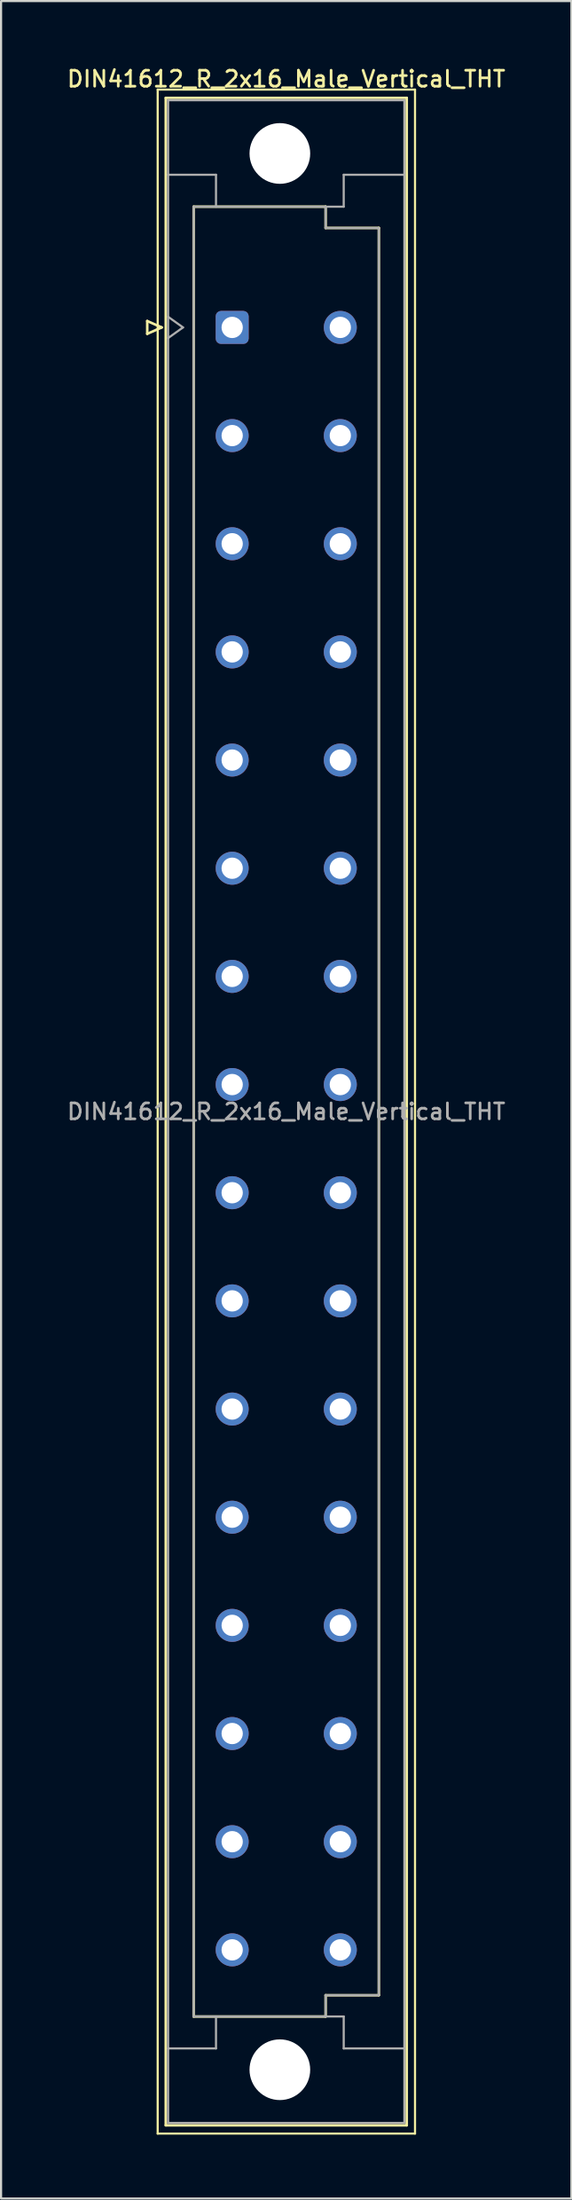
<source format=kicad_pcb>
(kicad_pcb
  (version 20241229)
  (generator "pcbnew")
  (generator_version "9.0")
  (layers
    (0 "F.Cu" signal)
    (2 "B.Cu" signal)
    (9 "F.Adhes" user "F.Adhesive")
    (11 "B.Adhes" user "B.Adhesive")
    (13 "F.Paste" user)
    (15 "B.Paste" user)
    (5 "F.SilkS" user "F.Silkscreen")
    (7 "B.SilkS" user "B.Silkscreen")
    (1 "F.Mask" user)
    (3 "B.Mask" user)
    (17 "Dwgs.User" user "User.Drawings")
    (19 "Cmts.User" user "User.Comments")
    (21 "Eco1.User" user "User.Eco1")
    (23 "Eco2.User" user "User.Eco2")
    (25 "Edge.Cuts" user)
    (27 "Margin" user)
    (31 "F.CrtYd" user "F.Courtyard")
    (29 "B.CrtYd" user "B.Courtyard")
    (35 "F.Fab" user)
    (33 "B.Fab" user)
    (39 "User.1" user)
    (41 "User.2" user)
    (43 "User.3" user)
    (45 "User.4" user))
  (footprint "DIN41612_R_2x16_Male_Vertical_THT"
    (layer "F.Cu")
    (at 7.858 9.788)
    (property "Reference" "DIN41612_R_2x16_Male_Vertical_THT" (at 2.54 -9.13 0) (layer "F.SilkS") (effects (font (size 0.75 0.75) (thickness 0.125))))
    (attr through_hole)
    (fp_line (start -3.99 2.24) (end -3.99 2.84) (stroke (width 0.12) (type solid)) (layer "F.SilkS"))
    (fp_line (start -3.99 2.84) (end -3.31 2.54) (stroke (width 0.12) (type solid)) (layer "F.SilkS"))
    (fp_line (start -3.5 -8.63) (end 8.59 -8.63) (stroke (width 0.1) (type solid)) (layer "F.SilkS"))
    (fp_line (start -3.5 87.37) (end -3.5 -8.63) (stroke (width 0.1) (type solid)) (layer "F.SilkS"))
    (fp_line (start -3.31 2.54) (end -3.99 2.24) (stroke (width 0.12) (type solid)) (layer "F.SilkS"))
    (fp_line (start -3.12 -8.24) (end 8.2 -8.24) (stroke (width 0.12) (type solid)) (layer "F.SilkS"))
    (fp_line (start -3.12 86.98) (end -3.12 -8.24) (stroke (width 0.12) (type solid)) (layer "F.SilkS"))
    (fp_line (start -1.81 -3.131) (end 4.39 -3.131) (stroke (width 0.12) (type solid)) (layer "F.SilkS"))
    (fp_line (start -1.81 81.87) (end -1.81 -3.131) (stroke (width 0.12) (type solid)) (layer "F.SilkS"))
    (fp_line (start 4.39 -3.131) (end 4.39 -2.131) (stroke (width 0.12) (type solid)) (layer "F.SilkS"))
    (fp_line (start 4.39 -2.131) (end 6.89 -2.131) (stroke (width 0.12) (type solid)) (layer "F.SilkS"))
    (fp_line (start 4.39 80.87) (end 4.39 81.87) (stroke (width 0.12) (type solid)) (layer "F.SilkS"))
    (fp_line (start 4.39 81.87) (end -1.81 81.87) (stroke (width 0.12) (type solid)) (layer "F.SilkS"))
    (fp_line (start 6.89 -2.131) (end 6.89 80.87) (stroke (width 0.12) (type solid)) (layer "F.SilkS"))
    (fp_line (start 6.89 80.87) (end 4.39 80.87) (stroke (width 0.12) (type solid)) (layer "F.SilkS"))
    (fp_line (start 8.2 -8.24) (end 8.2 86.98) (stroke (width 0.12) (type solid)) (layer "F.SilkS"))
    (fp_line (start 8.2 86.98) (end -3.12 86.98) (stroke (width 0.12) (type solid)) (layer "F.SilkS"))
    (fp_line (start 8.59 -8.63) (end 8.59 87.37) (stroke (width 0.1) (type solid)) (layer "F.SilkS"))
    (fp_line (start 8.59 87.37) (end -3.5 87.37) (stroke (width 0.1) (type solid)) (layer "F.SilkS"))
    (fp_line (start -3.01 -8.13) (end 8.09 -8.13) (stroke (width 0.1) (type solid)) (layer "F.Fab"))
    (fp_line (start -3.01 -4.63) (end -0.76 -4.63) (stroke (width 0.1) (type solid)) (layer "F.Fab"))
    (fp_line (start -3.01 2.04) (end -2.31 2.54) (stroke (width 0.1) (type solid)) (layer "F.Fab"))
    (fp_line (start -3.01 83.37) (end -0.76 83.37) (stroke (width 0.1) (type solid)) (layer "F.Fab"))
    (fp_line (start -3.01 86.87) (end -3.01 -8.13) (stroke (width 0.1) (type solid)) (layer "F.Fab"))
    (fp_line (start -2.31 2.54) (end -3.01 3.04) (stroke (width 0.1) (type solid)) (layer "F.Fab"))
    (fp_line (start -1.81 -3.13) (end 4.39 -3.13) (stroke (width 0.1) (type solid)) (layer "F.Fab"))
    (fp_line (start -1.81 81.87) (end -1.81 -3.13) (stroke (width 0.1) (type solid)) (layer "F.Fab"))
    (fp_line (start -0.76 -4.63) (end -0.76 -3.13) (stroke (width 0.1) (type solid)) (layer "F.Fab"))
    (fp_line (start -0.76 83.37) (end -0.76 81.87) (stroke (width 0.1) (type solid)) (layer "F.Fab"))
    (fp_line (start 4.39 -3.13) (end 4.39 -2.13) (stroke (width 0.1) (type solid)) (layer "F.Fab"))
    (fp_line (start 4.39 -3.13) (end 5.24 -3.13) (stroke (width 0.1) (type solid)) (layer "F.Fab"))
    (fp_line (start 4.39 -2.13) (end 6.89 -2.13) (stroke (width 0.1) (type solid)) (layer "F.Fab"))
    (fp_line (start 4.39 80.87) (end 4.39 81.87) (stroke (width 0.1) (type solid)) (layer "F.Fab"))
    (fp_line (start 4.39 81.87) (end -1.81 81.87) (stroke (width 0.1) (type solid)) (layer "F.Fab"))
    (fp_line (start 4.39 81.87) (end 5.24 81.87) (stroke (width 0.1) (type solid)) (layer "F.Fab"))
    (fp_line (start 5.24 -4.63) (end 8.09 -4.63) (stroke (width 0.1) (type solid)) (layer "F.Fab"))
    (fp_line (start 5.24 -3.13) (end 5.24 -4.63) (stroke (width 0.1) (type solid)) (layer "F.Fab"))
    (fp_line (start 5.24 81.87) (end 5.24 83.37) (stroke (width 0.1) (type solid)) (layer "F.Fab"))
    (fp_line (start 5.24 83.37) (end 8.09 83.37) (stroke (width 0.1) (type solid)) (layer "F.Fab"))
    (fp_line (start 6.89 -2.13) (end 6.89 80.87) (stroke (width 0.1) (type solid)) (layer "F.Fab"))
    (fp_line (start 6.89 80.87) (end 4.39 80.87) (stroke (width 0.1) (type solid)) (layer "F.Fab"))
    (fp_line (start 8.09 -8.13) (end 8.09 86.87) (stroke (width 0.1) (type solid)) (layer "F.Fab"))
    (fp_line (start 8.09 86.87) (end -3.01 86.87) (stroke (width 0.1) (type solid)) (layer "F.Fab"))
    (fp_text user "${REFERENCE}" (at 2.54 39.37 0) (layer "F.Fab") (effects (font (size 0.75 0.75) (thickness 0.125))))
    (pad "" np_thru_hole circle (at 2.24 -5.63) (size 2.85 2.85) (drill 2.85) (layers "*.Cu" "*.Mask"))
    (pad "" np_thru_hole circle (at 2.24 84.37) (size 2.85 2.85) (drill 2.85) (layers "*.Cu" "*.Mask"))
    (pad "a2" thru_hole roundrect (at 0 2.54) (size 1.55 1.55) (drill 1) (layers "*.Cu" "*.Mask") (roundrect_rratio 0.161))
    (pad "a4" thru_hole circle (at 0 7.62) (size 1.55 1.55) (drill 1) (layers "*.Cu" "*.Mask"))
    (pad "a6" thru_hole circle (at 0 12.7) (size 1.55 1.55) (drill 1) (layers "*.Cu" "*.Mask"))
    (pad "a8" thru_hole circle (at 0 17.78) (size 1.55 1.55) (drill 1) (layers "*.Cu" "*.Mask"))
    (pad "a10" thru_hole circle (at 0 22.86) (size 1.55 1.55) (drill 1) (layers "*.Cu" "*.Mask"))
    (pad "a12" thru_hole circle (at 0 27.94) (size 1.55 1.55) (drill 1) (layers "*.Cu" "*.Mask"))
    (pad "a14" thru_hole circle (at 0 33.02) (size 1.55 1.55) (drill 1) (layers "*.Cu" "*.Mask"))
    (pad "a16" thru_hole circle (at 0 38.1) (size 1.55 1.55) (drill 1) (layers "*.Cu" "*.Mask"))
    (pad "a18" thru_hole circle (at 0 43.18) (size 1.55 1.55) (drill 1) (layers "*.Cu" "*.Mask"))
    (pad "a20" thru_hole circle (at 0 48.26) (size 1.55 1.55) (drill 1) (layers "*.Cu" "*.Mask"))
    (pad "a22" thru_hole circle (at 0 53.34) (size 1.55 1.55) (drill 1) (layers "*.Cu" "*.Mask"))
    (pad "a24" thru_hole circle (at 0 58.42) (size 1.55 1.55) (drill 1) (layers "*.Cu" "*.Mask"))
    (pad "a26" thru_hole circle (at 0 63.5) (size 1.55 1.55) (drill 1) (layers "*.Cu" "*.Mask"))
    (pad "a28" thru_hole circle (at 0 68.58) (size 1.55 1.55) (drill 1) (layers "*.Cu" "*.Mask"))
    (pad "a30" thru_hole circle (at 0 73.66) (size 1.55 1.55) (drill 1) (layers "*.Cu" "*.Mask"))
    (pad "a32" thru_hole circle (at 0 78.74) (size 1.55 1.55) (drill 1) (layers "*.Cu" "*.Mask"))
    (pad "c2" thru_hole circle (at 5.08 2.54) (size 1.55 1.55) (drill 1) (layers "*.Cu" "*.Mask"))
    (pad "c4" thru_hole circle (at 5.08 7.62) (size 1.55 1.55) (drill 1) (layers "*.Cu" "*.Mask"))
    (pad "c6" thru_hole circle (at 5.08 12.7) (size 1.55 1.55) (drill 1) (layers "*.Cu" "*.Mask"))
    (pad "c8" thru_hole circle (at 5.08 17.78) (size 1.55 1.55) (drill 1) (layers "*.Cu" "*.Mask"))
    (pad "c10" thru_hole circle (at 5.08 22.86) (size 1.55 1.55) (drill 1) (layers "*.Cu" "*.Mask"))
    (pad "c12" thru_hole circle (at 5.08 27.94) (size 1.55 1.55) (drill 1) (layers "*.Cu" "*.Mask"))
    (pad "c14" thru_hole circle (at 5.08 33.02) (size 1.55 1.55) (drill 1) (layers "*.Cu" "*.Mask"))
    (pad "c16" thru_hole circle (at 5.08 38.1) (size 1.55 1.55) (drill 1) (layers "*.Cu" "*.Mask"))
    (pad "c18" thru_hole circle (at 5.08 43.18) (size 1.55 1.55) (drill 1) (layers "*.Cu" "*.Mask"))
    (pad "c20" thru_hole circle (at 5.08 48.26) (size 1.55 1.55) (drill 1) (layers "*.Cu" "*.Mask"))
    (pad "c22" thru_hole circle (at 5.08 53.34) (size 1.55 1.55) (drill 1) (layers "*.Cu" "*.Mask"))
    (pad "c24" thru_hole circle (at 5.08 58.42) (size 1.55 1.55) (drill 1) (layers "*.Cu" "*.Mask"))
    (pad "c26" thru_hole circle (at 5.08 63.5) (size 1.55 1.55) (drill 1) (layers "*.Cu" "*.Mask"))
    (pad "c28" thru_hole circle (at 5.08 68.58) (size 1.55 1.55) (drill 1) (layers "*.Cu" "*.Mask"))
    (pad "c30" thru_hole circle (at 5.08 73.66) (size 1.55 1.55) (drill 1) (layers "*.Cu" "*.Mask"))
    (pad "c32" thru_hole circle (at 5.08 78.74) (size 1.55 1.55) (drill 1) (layers "*.Cu" "*.Mask")))
  (gr_rect
    (start -3 -3)
    (end 23.796 100.208)
    (stroke (width 0.1) (type default))
    (fill no)
    (layer "Edge.Cuts")))
</source>
